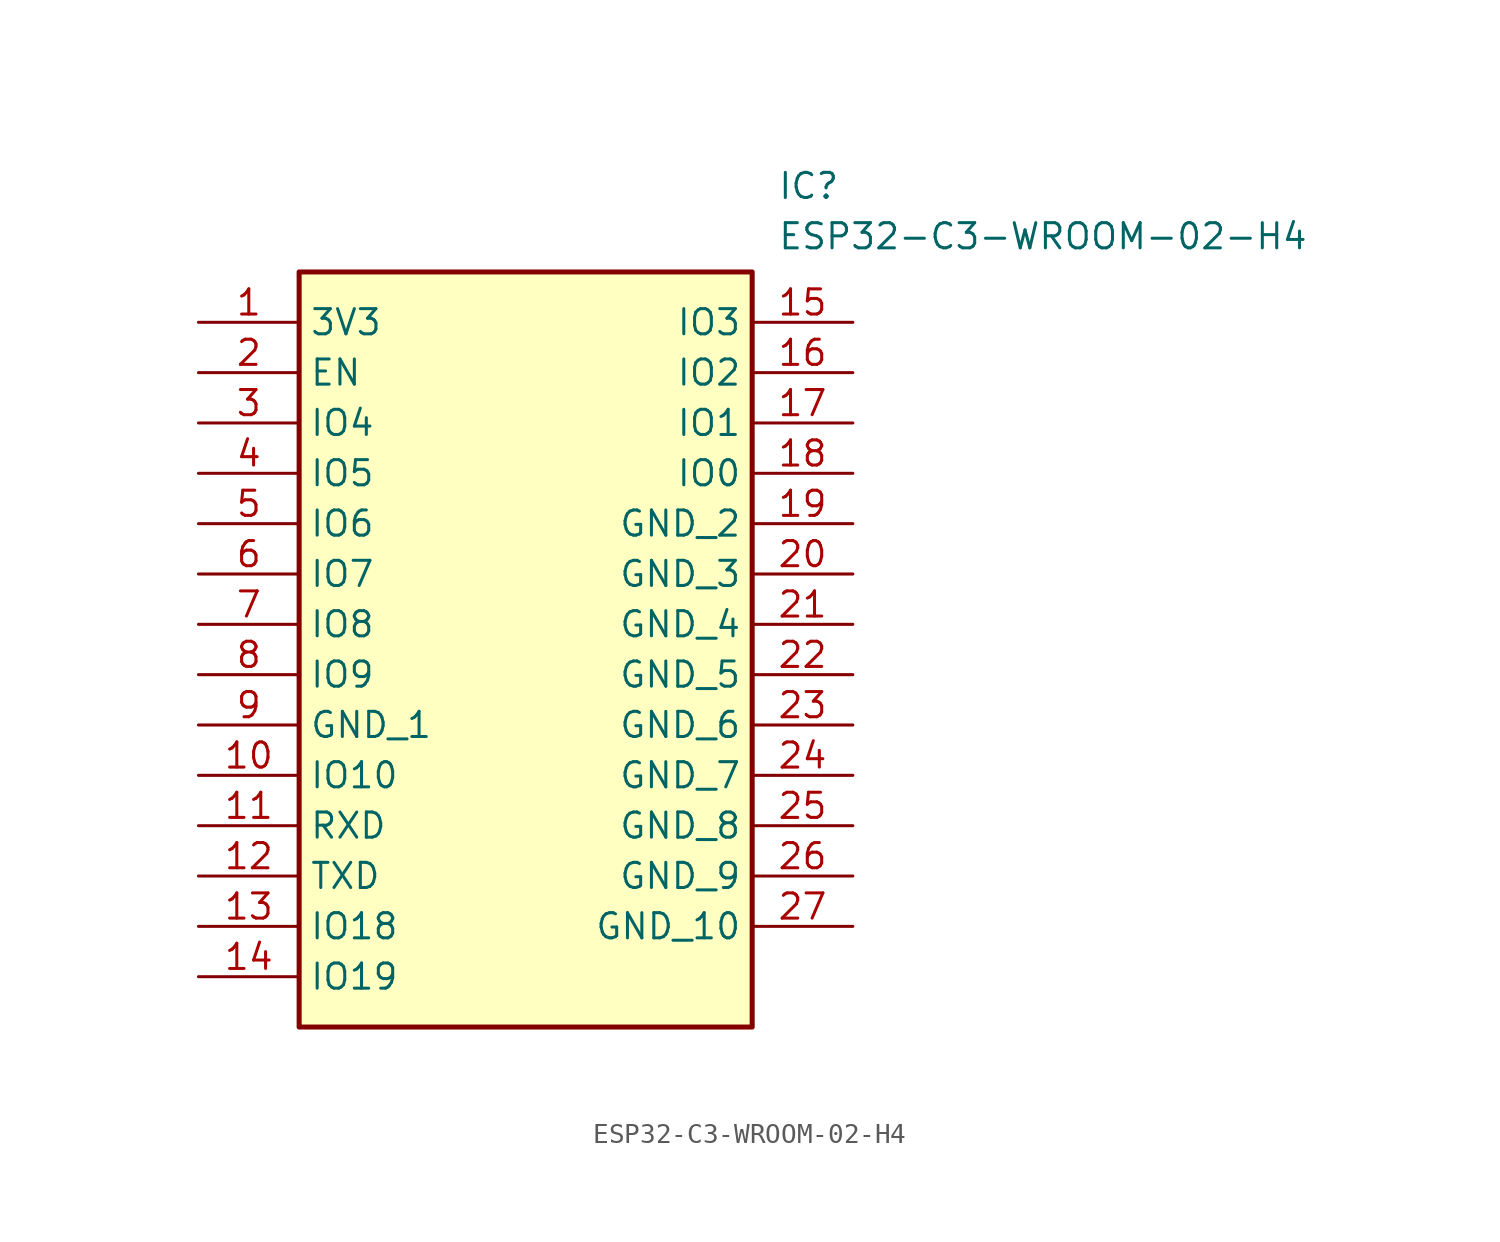
<source format=kicad_sym>
(kicad_symbol_lib
  (version 20220914)
  (generator kicad_symbol_editor)
  (symbol "ESP32-C3-WROOM-02-H4"
    (property "Reference" "IC"
      (at 29.21 7.62 0)
      (effects (font (size 1.27 1.27)) (justify left top)))
    (property "Value" "ESP32-C3-WROOM-02-H4"
      (at 29.21 5.08 0)
      (effects (font (size 1.27 1.27)) (justify left top)))
    (symbol "ESP32-C3-WROOM-02-H4_1_1"
      (rectangle (start 5.08 2.54) (end 27.94 -35.56) (stroke (width 0.254) (type default)) (fill (type background)))
      (pin passive line (at 0 0 0) (length 5.08) (name "3V3" (effects (font (size 1.27 1.27)))) (number "1" (effects (font (size 1.27 1.27)))))
      (pin passive line (at 0 -22.86 0) (length 5.08) (name "IO10" (effects (font (size 1.27 1.27)))) (number "10" (effects (font (size 1.27 1.27)))))
      (pin passive line (at 0 -25.4 0) (length 5.08) (name "RXD" (effects (font (size 1.27 1.27)))) (number "11" (effects (font (size 1.27 1.27)))))
      (pin passive line (at 0 -27.94 0) (length 5.08) (name "TXD" (effects (font (size 1.27 1.27)))) (number "12" (effects (font (size 1.27 1.27)))))
      (pin passive line (at 0 -30.48 0) (length 5.08) (name "IO18" (effects (font (size 1.27 1.27)))) (number "13" (effects (font (size 1.27 1.27)))))
      (pin passive line (at 0 -33.02 0) (length 5.08) (name "IO19" (effects (font (size 1.27 1.27)))) (number "14" (effects (font (size 1.27 1.27)))))
      (pin passive line (at 33.02 0 180) (length 5.08) (name "IO3" (effects (font (size 1.27 1.27)))) (number "15" (effects (font (size 1.27 1.27)))))
      (pin passive line (at 33.02 -2.54 180) (length 5.08) (name "IO2" (effects (font (size 1.27 1.27)))) (number "16" (effects (font (size 1.27 1.27)))))
      (pin passive line (at 33.02 -5.08 180) (length 5.08) (name "IO1" (effects (font (size 1.27 1.27)))) (number "17" (effects (font (size 1.27 1.27)))))
      (pin passive line (at 33.02 -7.62 180) (length 5.08) (name "IO0" (effects (font (size 1.27 1.27)))) (number "18" (effects (font (size 1.27 1.27)))))
      (pin passive line (at 33.02 -10.16 180) (length 5.08) (name "GND_2" (effects (font (size 1.27 1.27)))) (number "19" (effects (font (size 1.27 1.27)))))
      (pin passive line (at 0 -2.54 0) (length 5.08) (name "EN" (effects (font (size 1.27 1.27)))) (number "2" (effects (font (size 1.27 1.27)))))
      (pin passive line (at 33.02 -12.7 180) (length 5.08) (name "GND_3" (effects (font (size 1.27 1.27)))) (number "20" (effects (font (size 1.27 1.27)))))
      (pin passive line (at 33.02 -15.24 180) (length 5.08) (name "GND_4" (effects (font (size 1.27 1.27)))) (number "21" (effects (font (size 1.27 1.27)))))
      (pin passive line (at 33.02 -17.78 180) (length 5.08) (name "GND_5" (effects (font (size 1.27 1.27)))) (number "22" (effects (font (size 1.27 1.27)))))
      (pin passive line (at 33.02 -20.32 180) (length 5.08) (name "GND_6" (effects (font (size 1.27 1.27)))) (number "23" (effects (font (size 1.27 1.27)))))
      (pin passive line (at 33.02 -22.86 180) (length 5.08) (name "GND_7" (effects (font (size 1.27 1.27)))) (number "24" (effects (font (size 1.27 1.27)))))
      (pin passive line (at 33.02 -25.4 180) (length 5.08) (name "GND_8" (effects (font (size 1.27 1.27)))) (number "25" (effects (font (size 1.27 1.27)))))
      (pin passive line (at 33.02 -27.94 180) (length 5.08) (name "GND_9" (effects (font (size 1.27 1.27)))) (number "26" (effects (font (size 1.27 1.27)))))
      (pin passive line (at 33.02 -30.48 180) (length 5.08) (name "GND_10" (effects (font (size 1.27 1.27)))) (number "27" (effects (font (size 1.27 1.27)))))
      (pin passive line (at 0 -5.08 0) (length 5.08) (name "IO4" (effects (font (size 1.27 1.27)))) (number "3" (effects (font (size 1.27 1.27)))))
      (pin passive line (at 0 -7.62 0) (length 5.08) (name "IO5" (effects (font (size 1.27 1.27)))) (number "4" (effects (font (size 1.27 1.27)))))
      (pin passive line (at 0 -10.16 0) (length 5.08) (name "IO6" (effects (font (size 1.27 1.27)))) (number "5" (effects (font (size 1.27 1.27)))))
      (pin passive line (at 0 -12.7 0) (length 5.08) (name "IO7" (effects (font (size 1.27 1.27)))) (number "6" (effects (font (size 1.27 1.27)))))
      (pin passive line (at 0 -15.24 0) (length 5.08) (name "IO8" (effects (font (size 1.27 1.27)))) (number "7" (effects (font (size 1.27 1.27)))))
      (pin passive line (at 0 -17.78 0) (length 5.08) (name "IO9" (effects (font (size 1.27 1.27)))) (number "8" (effects (font (size 1.27 1.27)))))
      (pin passive line (at 0 -20.32 0) (length 5.08) (name "GND_1" (effects (font (size 1.27 1.27)))) (number "9" (effects (font (size 1.27 1.27))))))))
</source>
